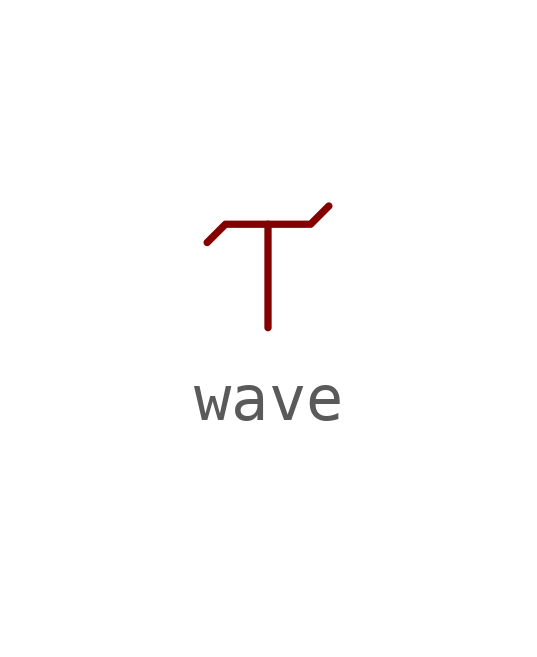
<source format=kicad_sym>
(kicad_symbol_lib
  (version 20231120)
  (generator "kicad_symbol_editor")
  (generator_version "8.0")
  (symbol "wave"
    (power)
    (pin_numbers hide)
    (pin_names
      (offset 0))
    (property "Reference" "#PWR"
      (at 0 -1.524 0)
      (effects (font (size 1.27 1.27)) (hide yes)))
    (symbol "wave_0_1"
      (polyline (pts (xy 0 0) (xy 0 2.159)) (stroke (width 0) (type solid)) (fill (type none)))
      (polyline (pts (xy -1.27 1.778) (xy -0.889 2.159) (xy 0.889 2.159) (xy 1.27 2.54)) (stroke (width 0) (type solid)) (fill (type none))))
    (symbol "wave_1_1"
      (pin power_in line (at 0 0 90) (length 0) hide (name "~" (effects (font (size 1.27 1.27)))) (number "1" (effects (font (size 1.27 1.27))))))))
</source>
